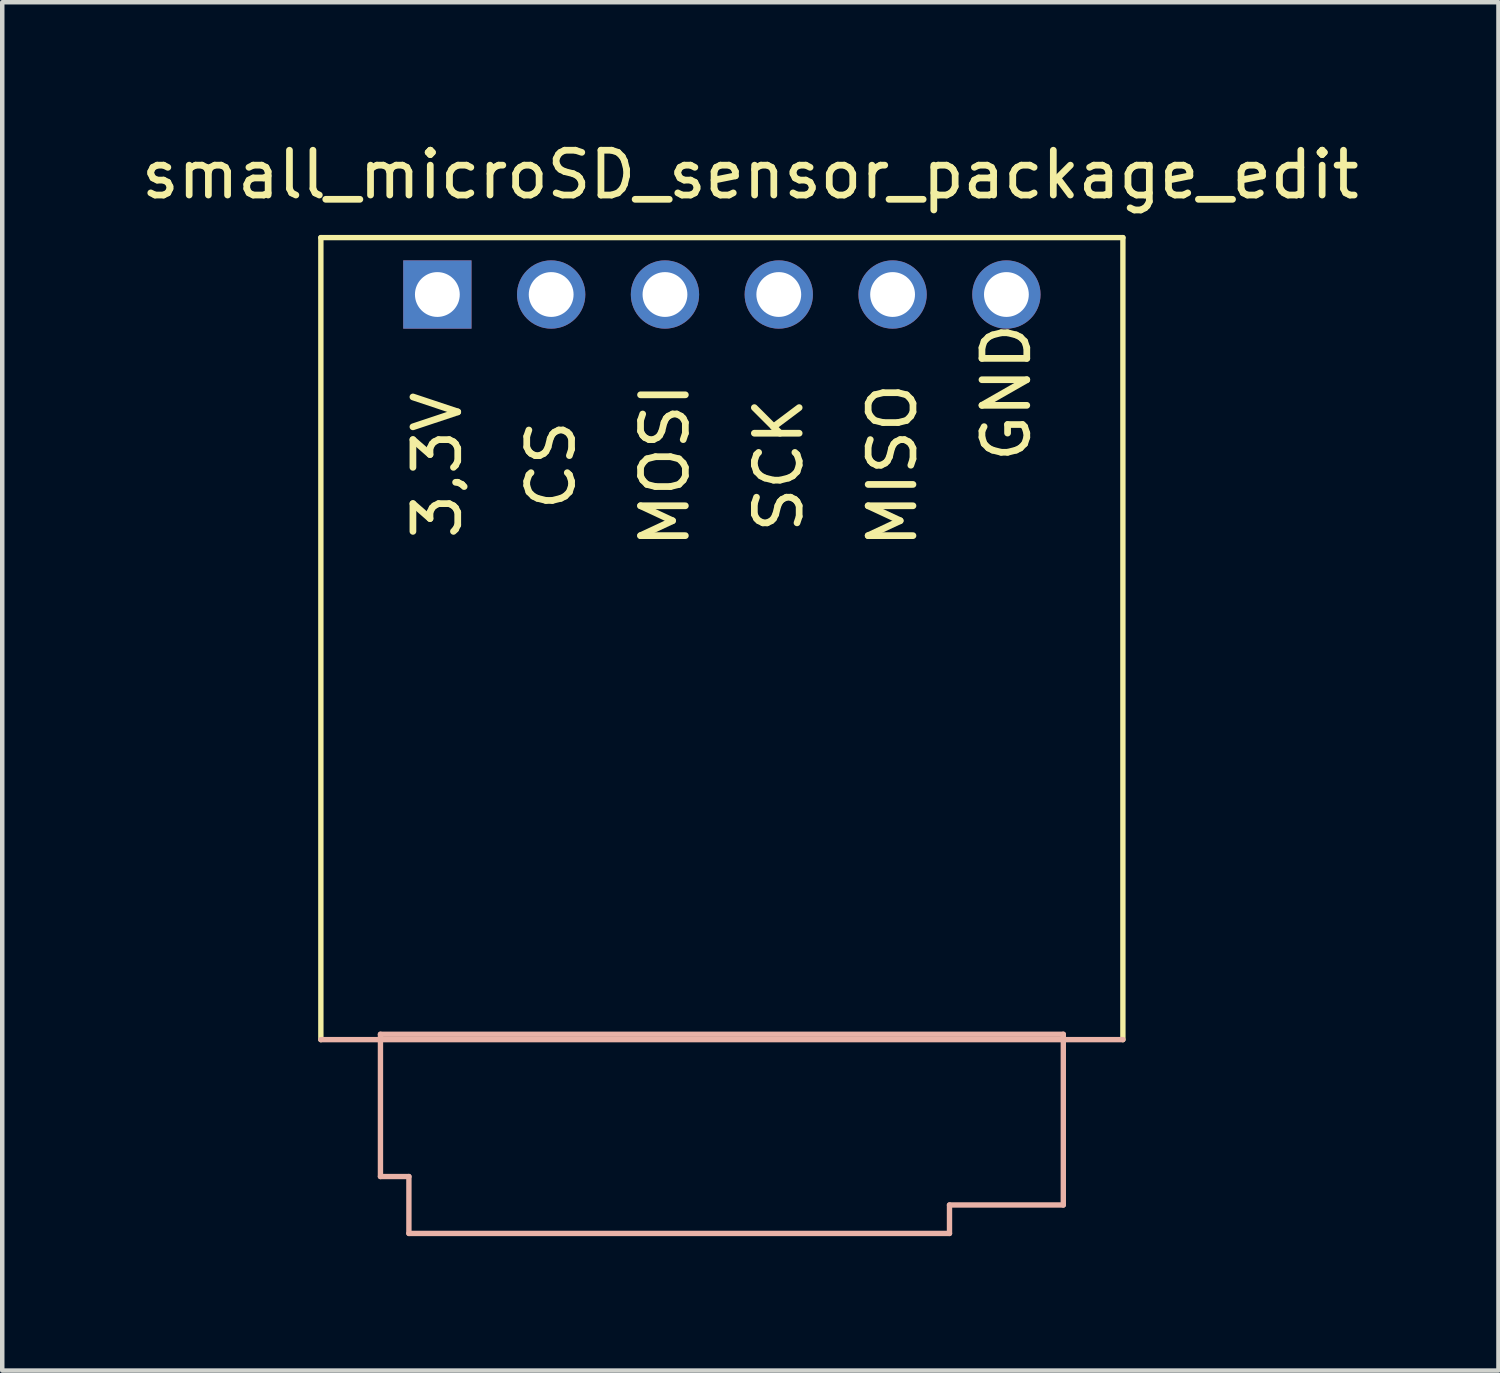
<source format=kicad_pcb>
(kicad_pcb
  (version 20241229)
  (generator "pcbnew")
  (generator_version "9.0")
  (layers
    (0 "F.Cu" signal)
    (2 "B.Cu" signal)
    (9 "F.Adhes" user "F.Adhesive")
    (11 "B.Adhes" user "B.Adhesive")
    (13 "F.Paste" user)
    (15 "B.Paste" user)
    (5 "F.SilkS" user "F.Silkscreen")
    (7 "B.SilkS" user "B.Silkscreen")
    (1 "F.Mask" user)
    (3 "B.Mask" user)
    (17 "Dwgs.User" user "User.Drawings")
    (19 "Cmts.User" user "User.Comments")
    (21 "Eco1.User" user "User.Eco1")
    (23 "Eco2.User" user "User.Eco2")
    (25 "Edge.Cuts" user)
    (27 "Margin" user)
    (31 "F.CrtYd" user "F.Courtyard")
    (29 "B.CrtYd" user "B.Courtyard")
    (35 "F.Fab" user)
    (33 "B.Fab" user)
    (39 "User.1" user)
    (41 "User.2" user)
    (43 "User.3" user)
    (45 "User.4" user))
  (footprint "small_microSD_sensor_package_edit"
    (layer "F.Cu")
    (at 13.696 0.348)
    (property "Reference" "small_microSD_sensor_package_edit" (at 0 0.5 0) (layer "F.SilkS") (effects (font (size 1 1) (thickness 0.15))))
    (attr through_hole)
    (fp_line (start -9.585 1.905) (end -9.585 19.805) (stroke (width 0.12) (type solid)) (layer "F.SilkS"))
    (fp_line (start -9.585 1.905) (end 8.315 1.905) (stroke (width 0.12) (type solid)) (layer "F.SilkS"))
    (fp_line (start 8.315 1.905) (end 8.315 19.805) (stroke (width 0.12) (type solid)) (layer "F.SilkS"))
    (fp_line (start -8.255 19.685) (end -8.255 22.86) (stroke (width 0.12) (type solid)) (layer "B.SilkS"))
    (fp_line (start -8.255 19.685) (end 6.985 19.685) (stroke (width 0.12) (type solid)) (layer "B.SilkS"))
    (fp_line (start -8.255 22.86) (end -7.62 22.86) (stroke (width 0.12) (type solid)) (layer "B.SilkS"))
    (fp_line (start -7.62 22.86) (end -7.62 24.13) (stroke (width 0.12) (type solid)) (layer "B.SilkS"))
    (fp_line (start -7.62 24.13) (end 4.445 24.13) (stroke (width 0.12) (type solid)) (layer "B.SilkS"))
    (fp_line (start 4.445 23.495) (end 6.985 23.495) (stroke (width 0.12) (type solid)) (layer "B.SilkS"))
    (fp_line (start 4.445 24.13) (end 4.445 23.495) (stroke (width 0.12) (type solid)) (layer "B.SilkS"))
    (fp_line (start 6.985 19.685) (end 6.985 23.495) (stroke (width 0.12) (type solid)) (layer "B.SilkS"))
    (fp_line (start 8.315 19.805) (end -9.585 19.805) (stroke (width 0.12) (type solid)) (layer "B.SilkS"))
    (fp_text user "MOSI" (at -1.905 6.985 90) (layer "F.SilkS") (effects (font (size 1 1) (thickness 0.15))))
    (fp_text user "SCK" (at 0.635 6.985 90) (layer "F.SilkS") (effects (font (size 1 1) (thickness 0.15))))
    (fp_text user "CS" (at -4.445 6.985 90) (layer "F.SilkS") (effects (font (size 1 1) (thickness 0.15))))
    (fp_text user "MISO" (at 3.175 6.985 90) (layer "F.SilkS") (effects (font (size 1 1) (thickness 0.15))))
    (fp_text user "3,3V" (at -6.985 6.985 90) (layer "F.SilkS") (effects (font (size 1 1) (thickness 0.15))))
    (fp_text user "GND" (at 5.715 6.985 90) (layer "F.SilkS") (effects (font (size 1 1) (thickness 0.15)) (justify left)))
    (pad "1" thru_hole rect (at -6.985 3.175) (size 1.524 1.524) (drill 1) (layers "*.Cu" "*.Mask"))
    (pad "2" thru_hole circle (at -4.445 3.175) (size 1.524 1.524) (drill 1) (layers "*.Cu" "*.Mask"))
    (pad "3" thru_hole circle (at -1.905 3.175) (size 1.524 1.524) (drill 1) (layers "*.Cu" "*.Mask"))
    (pad "4" thru_hole circle (at 0.635 3.175) (size 1.524 1.524) (drill 1) (layers "*.Cu" "*.Mask"))
    (pad "5" thru_hole circle (at 3.175 3.175) (size 1.524 1.524) (drill 1) (layers "*.Cu" "*.Mask"))
    (pad "6" thru_hole circle (at 5.715 3.175) (size 1.524 1.524) (drill 1) (layers "*.Cu" "*.Mask")))
  (gr_rect
    (start -3 -3)
    (end 30.393 27.538)
    (stroke (width 0.1) (type default))
    (fill no)
    (layer "Edge.Cuts")))
</source>
